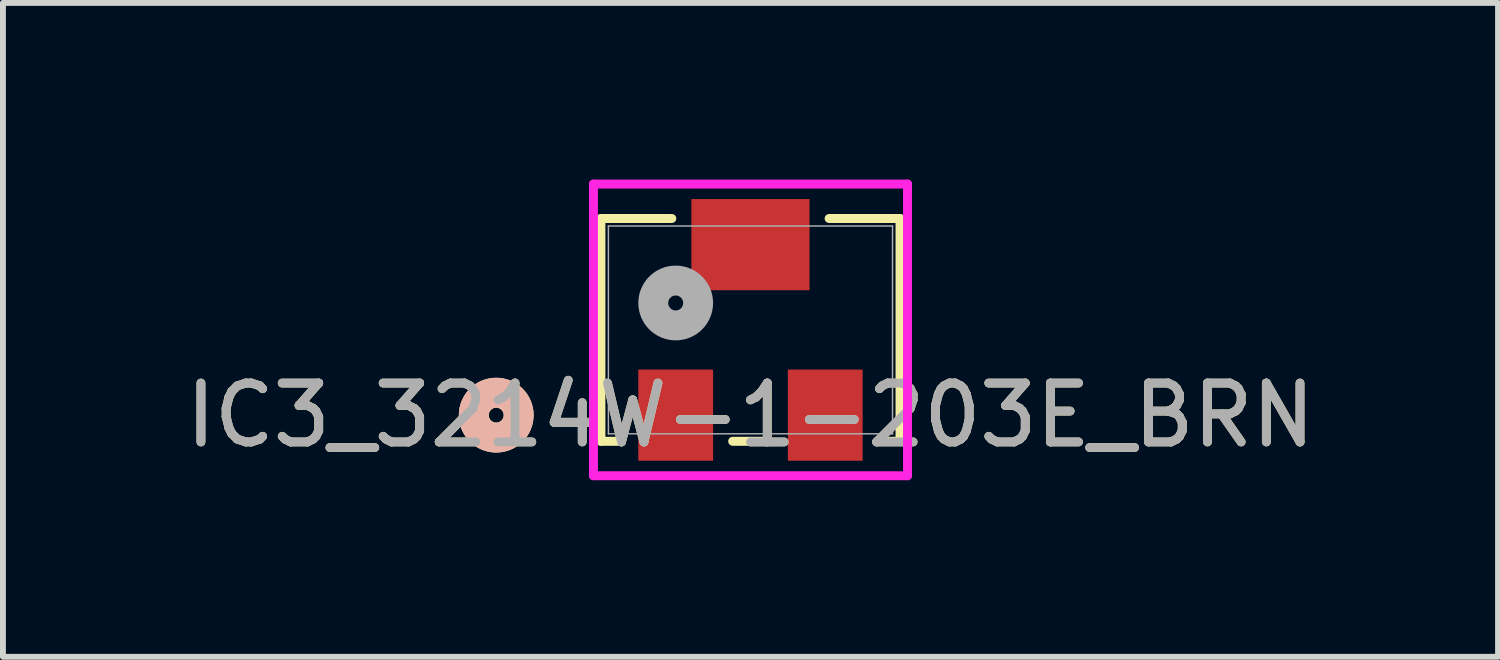
<source format=kicad_pcb>
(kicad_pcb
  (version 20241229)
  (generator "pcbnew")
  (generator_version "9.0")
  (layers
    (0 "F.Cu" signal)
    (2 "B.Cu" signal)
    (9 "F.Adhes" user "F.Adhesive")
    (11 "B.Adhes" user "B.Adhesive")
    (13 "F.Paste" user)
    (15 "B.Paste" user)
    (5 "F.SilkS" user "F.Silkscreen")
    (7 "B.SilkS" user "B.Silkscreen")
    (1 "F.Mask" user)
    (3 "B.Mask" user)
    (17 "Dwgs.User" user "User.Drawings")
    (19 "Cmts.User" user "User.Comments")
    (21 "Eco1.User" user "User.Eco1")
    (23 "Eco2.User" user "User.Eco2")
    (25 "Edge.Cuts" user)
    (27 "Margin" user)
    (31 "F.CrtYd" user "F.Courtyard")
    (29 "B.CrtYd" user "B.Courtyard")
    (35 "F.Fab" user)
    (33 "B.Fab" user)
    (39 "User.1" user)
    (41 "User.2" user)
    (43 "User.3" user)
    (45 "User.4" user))
  (footprint "IC3_3214W-1-203E_BRN"
    (layer "F.Cu")
    (at 9.696 2.553)
    (property "Reference" "IC3_3214W-1-203E_BRN" (at 0 1.448 0) (unlocked yes) (layer "F.SilkS") (effects (font (size 1 1) (thickness 0.15))))
    (attr smd)
    (fp_line (start -2.54 -1.892) (end -2.54 1.892) (stroke (width 0.152) (type solid)) (layer "F.SilkS"))
    (fp_line (start -2.54 1.892) (end -2.238 1.892) (stroke (width 0.152) (type solid)) (layer "F.SilkS"))
    (fp_line (start -1.336 -1.892) (end -2.54 -1.892) (stroke (width 0.152) (type solid)) (layer "F.SilkS"))
    (fp_line (start -0.302 1.892) (end 0.302 1.892) (stroke (width 0.152) (type solid)) (layer "F.SilkS"))
    (fp_line (start 2.238 1.892) (end 2.54 1.892) (stroke (width 0.152) (type solid)) (layer "F.SilkS"))
    (fp_line (start 2.54 -1.892) (end 1.336 -1.892) (stroke (width 0.152) (type solid)) (layer "F.SilkS"))
    (fp_line (start 2.54 1.892) (end 2.54 -1.892) (stroke (width 0.152) (type solid)) (layer "F.SilkS"))
    (fp_circle (center -4.318 1.448) (end -3.937 1.448) (stroke (width 0.508) (type solid)) (fill no) (layer "F.SilkS"))
    (fp_circle (center -4.318 1.448) (end -3.937 1.448) (stroke (width 0.508) (type solid)) (fill no) (layer "B.SilkS"))
    (fp_line (start -2.667 -2.477) (end -2.667 2.477) (stroke (width 0.152) (type solid)) (layer "F.CrtYd"))
    (fp_line (start -2.667 2.477) (end 2.667 2.477) (stroke (width 0.152) (type solid)) (layer "F.CrtYd"))
    (fp_line (start 2.667 -2.477) (end -2.667 -2.477) (stroke (width 0.152) (type solid)) (layer "F.CrtYd"))
    (fp_line (start 2.667 2.477) (end 2.667 -2.477) (stroke (width 0.152) (type solid)) (layer "F.CrtYd"))
    (fp_line (start -2.413 -1.765) (end -2.413 1.765) (stroke (width 0.025) (type solid)) (layer "F.Fab"))
    (fp_line (start -2.413 1.765) (end 2.413 1.765) (stroke (width 0.025) (type solid)) (layer "F.Fab"))
    (fp_line (start 2.413 -1.765) (end -2.413 -1.765) (stroke (width 0.025) (type solid)) (layer "F.Fab"))
    (fp_line (start 2.413 1.765) (end 2.413 -1.765) (stroke (width 0.025) (type solid)) (layer "F.Fab"))
    (fp_circle (center -1.27 -0.457) (end -0.889 -0.457) (stroke (width 0.508) (type solid)) (fill no) (layer "F.Fab"))
    (fp_text user "${REFERENCE}" (at 0 1.448 0) (unlocked yes) (layer "F.Fab") (effects (font (size 1 1) (thickness 0.15))))
    (pad "1" smd rect (at -1.27 1.448) (size 1.27 1.549) (layers "F.Cu" "F.Mask" "F.Paste"))
    (pad "2" smd rect (at 0 -1.448) (size 2.007 1.549) (layers "F.Cu" "F.Mask" "F.Paste"))
    (pad "3" smd rect (at 1.27 1.448) (size 1.27 1.549) (layers "F.Cu" "F.Mask" "F.Paste")))
  (gr_rect
    (start -3 -3)
    (end 22.393 8.105)
    (stroke (width 0.1) (type default))
    (fill no)
    (layer "Edge.Cuts")))
</source>
